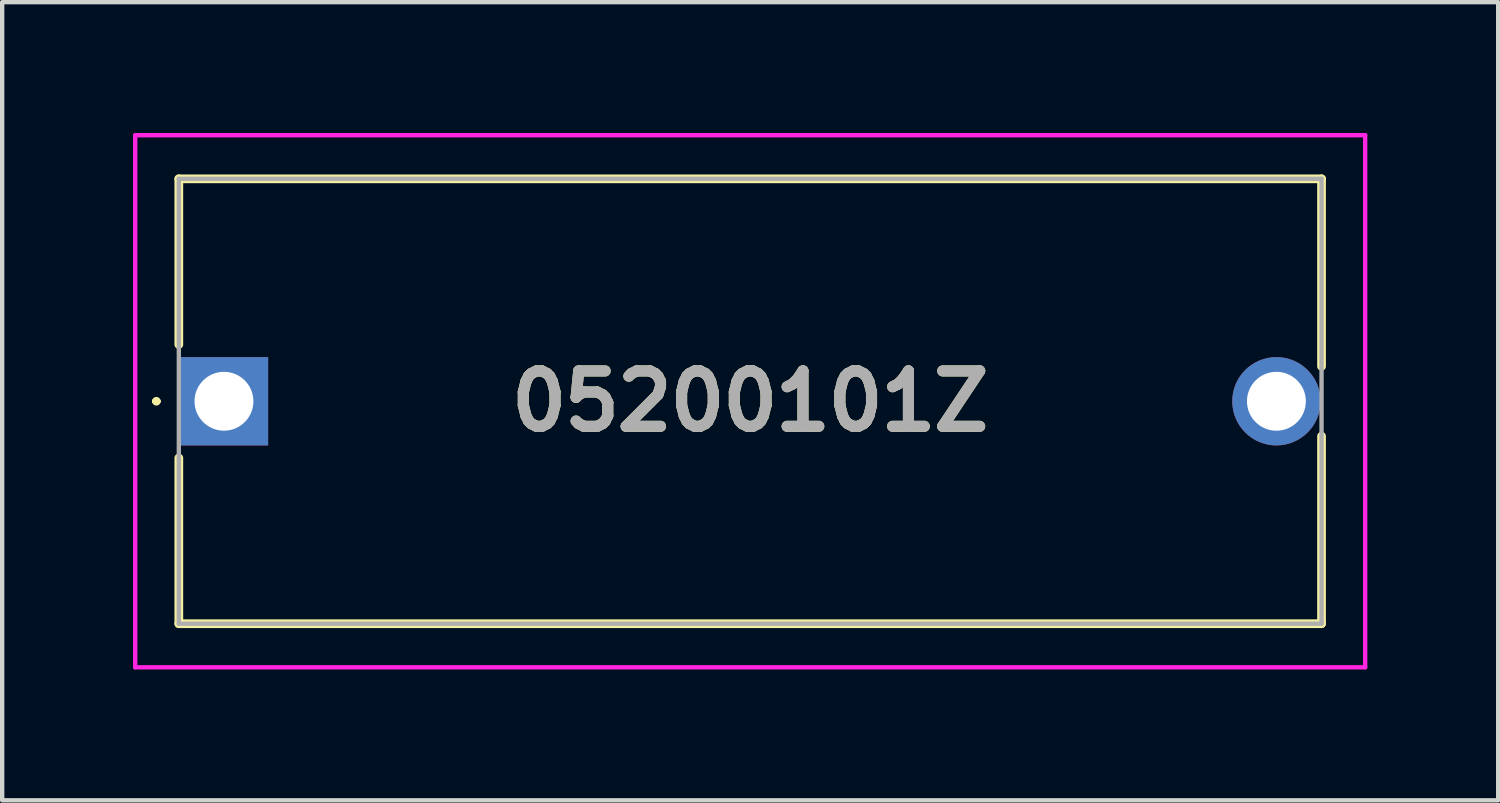
<source format=kicad_pcb>
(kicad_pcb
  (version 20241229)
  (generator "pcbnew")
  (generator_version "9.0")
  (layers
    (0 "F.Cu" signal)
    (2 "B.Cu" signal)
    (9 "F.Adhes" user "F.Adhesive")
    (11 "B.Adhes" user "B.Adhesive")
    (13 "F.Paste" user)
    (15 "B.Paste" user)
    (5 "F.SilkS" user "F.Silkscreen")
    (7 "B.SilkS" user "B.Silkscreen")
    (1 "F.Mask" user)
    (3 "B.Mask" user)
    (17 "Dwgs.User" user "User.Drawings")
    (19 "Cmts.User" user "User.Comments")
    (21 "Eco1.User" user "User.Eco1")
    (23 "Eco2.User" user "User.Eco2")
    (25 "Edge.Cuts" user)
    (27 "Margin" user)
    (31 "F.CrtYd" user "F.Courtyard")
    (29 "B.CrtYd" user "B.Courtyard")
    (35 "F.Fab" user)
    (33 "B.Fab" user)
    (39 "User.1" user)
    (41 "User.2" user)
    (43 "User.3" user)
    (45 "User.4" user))
  (footprint "05200101Z"
    (layer "F.Cu")
    (at 2.085 6.15)
    (property "Reference" "05200101Z" (at 12.065 0 0) (layer "F.SilkS") (effects (font (size 1.27 1.27) (thickness 0.254))))
    (attr through_hole)
    (fp_line (start -1.6 0) (end -1.6 0) (stroke (width 0.1) (type solid)) (layer "F.SilkS"))
    (fp_line (start -1.5 0) (end -1.5 0) (stroke (width 0.1) (type solid)) (layer "F.SilkS"))
    (fp_line (start -1.035 -5.1) (end 25.165 -5.1) (stroke (width 0.2) (type solid)) (layer "F.SilkS"))
    (fp_line (start -1.035 -1.3) (end -1.035 -5.1) (stroke (width 0.2) (type solid)) (layer "F.SilkS"))
    (fp_line (start -1.035 5.1) (end -1.035 1.3) (stroke (width 0.2) (type solid)) (layer "F.SilkS"))
    (fp_line (start 25.165 -5.1) (end 25.165 -0.8) (stroke (width 0.2) (type solid)) (layer "F.SilkS"))
    (fp_line (start 25.165 0.8) (end 25.165 5.1) (stroke (width 0.2) (type solid)) (layer "F.SilkS"))
    (fp_line (start 25.165 5.1) (end -1.035 5.1) (stroke (width 0.2) (type solid)) (layer "F.SilkS"))
    (fp_arc (start -1.6 0) (mid -1.55 -0.05) (end -1.5 0) (stroke (width 0.1) (type solid)) (layer "F.SilkS"))
    (fp_arc (start -1.5 0) (mid -1.55 0.05) (end -1.6 0) (stroke (width 0.1) (type solid)) (layer "F.SilkS"))
    (fp_line (start -2.035 -6.1) (end 26.165 -6.1) (stroke (width 0.1) (type solid)) (layer "F.CrtYd"))
    (fp_line (start -2.035 6.1) (end -2.035 -6.1) (stroke (width 0.1) (type solid)) (layer "F.CrtYd"))
    (fp_line (start 26.165 -6.1) (end 26.165 6.1) (stroke (width 0.1) (type solid)) (layer "F.CrtYd"))
    (fp_line (start 26.165 6.1) (end -2.035 6.1) (stroke (width 0.1) (type solid)) (layer "F.CrtYd"))
    (fp_line (start -1.035 -5.1) (end 25.165 -5.1) (stroke (width 0.1) (type solid)) (layer "F.Fab"))
    (fp_line (start -1.035 5.1) (end -1.035 -5.1) (stroke (width 0.1) (type solid)) (layer "F.Fab"))
    (fp_line (start 25.165 -5.1) (end 25.165 5.1) (stroke (width 0.1) (type solid)) (layer "F.Fab"))
    (fp_line (start 25.165 5.1) (end -1.035 5.1) (stroke (width 0.1) (type solid)) (layer "F.Fab"))
    (fp_text user "${REFERENCE}" (at 12.065 0 0) (layer "F.Fab") (effects (font (size 1.27 1.27) (thickness 0.254))))
    (pad "1" thru_hole rect (at 0 0) (size 2.025 2.025) (drill 1.35) (layers "*.Cu" "*.Mask"))
    (pad "2" thru_hole circle (at 24.13 0) (size 2.025 2.025) (drill 1.35) (layers "*.Cu" "*.Mask")))
  (gr_rect
    (start -3 -3)
    (end 31.3 15.3)
    (stroke (width 0.1) (type default))
    (fill no)
    (layer "Edge.Cuts")))
</source>
